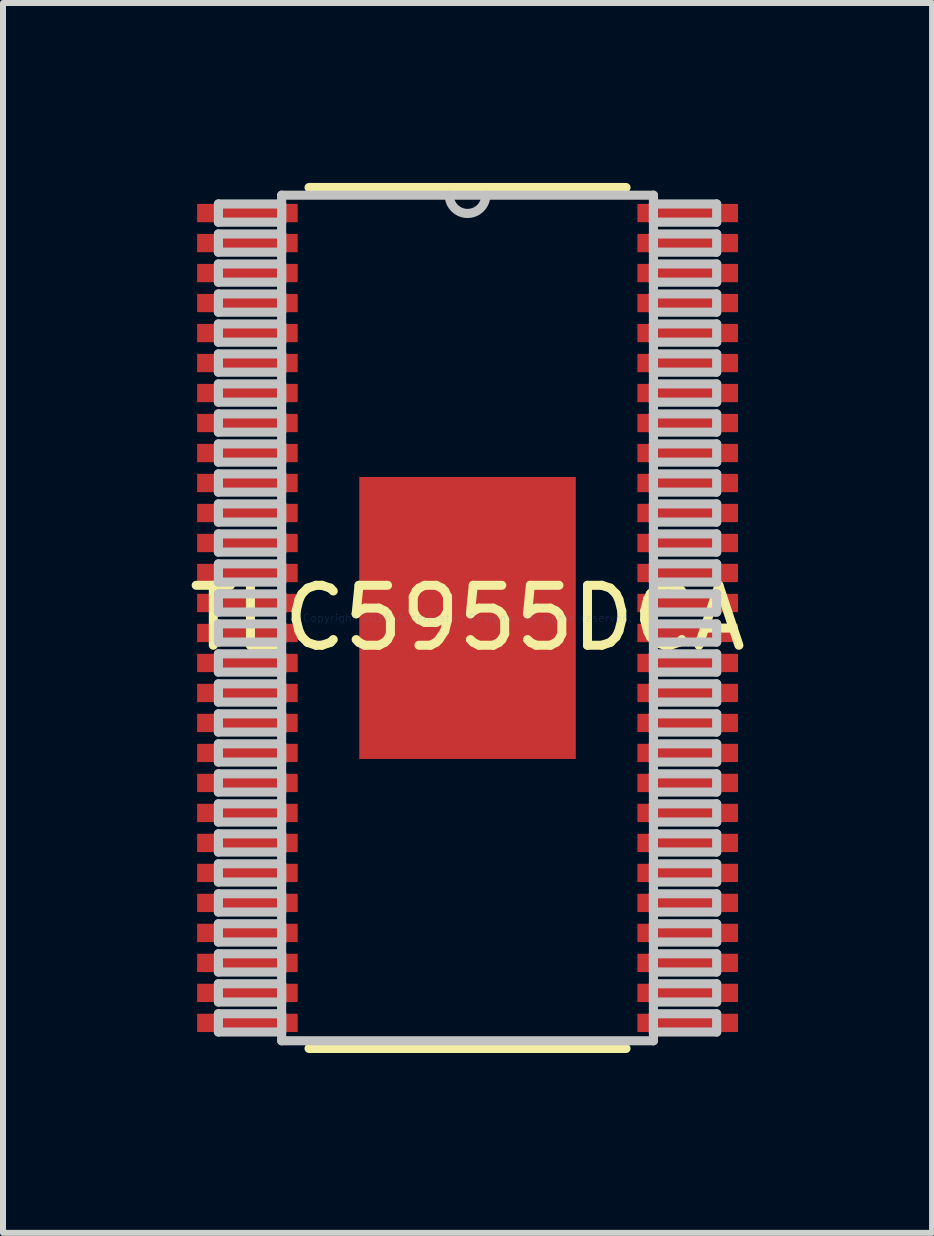
<source format=kicad_pcb>
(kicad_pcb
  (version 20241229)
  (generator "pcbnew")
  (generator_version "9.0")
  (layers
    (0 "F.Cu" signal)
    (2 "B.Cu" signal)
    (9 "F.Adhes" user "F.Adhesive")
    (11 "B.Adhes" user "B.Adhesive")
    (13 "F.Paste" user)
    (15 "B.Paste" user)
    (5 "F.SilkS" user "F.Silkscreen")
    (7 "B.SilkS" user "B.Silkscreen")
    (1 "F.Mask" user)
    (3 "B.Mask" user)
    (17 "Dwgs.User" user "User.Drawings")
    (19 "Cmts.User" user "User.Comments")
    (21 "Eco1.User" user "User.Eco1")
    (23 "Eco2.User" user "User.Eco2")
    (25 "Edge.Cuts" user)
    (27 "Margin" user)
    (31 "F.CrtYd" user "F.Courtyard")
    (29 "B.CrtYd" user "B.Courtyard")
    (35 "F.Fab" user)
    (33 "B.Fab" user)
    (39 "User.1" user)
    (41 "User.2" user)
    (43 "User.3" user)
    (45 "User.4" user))
  (footprint "TLC5955DCA"
    (layer "F.Cu")
    (at 4.744 7.252)
    (property "Reference" "TLC5955DCA" (at 0 0 0) (layer "F.SilkS") (effects (font (size 1 1) (thickness 0.15))))
    (attr through_hole)
    (fp_line (start -2.642 7.176) (end 2.642 7.176) (stroke (width 0.152) (type solid)) (layer "F.SilkS"))
    (fp_line (start 2.642 -7.176) (end -2.642 -7.176) (stroke (width 0.152) (type solid)) (layer "F.SilkS"))
    (fp_line (start -4.153 -6.902) (end -4.153 -6.598) (stroke (width 0.152) (type solid)) (layer "Dwgs.User"))
    (fp_line (start -4.153 -6.598) (end -3.099 -6.598) (stroke (width 0.152) (type solid)) (layer "Dwgs.User"))
    (fp_line (start -4.153 -6.402) (end -4.153 -6.098) (stroke (width 0.152) (type solid)) (layer "Dwgs.User"))
    (fp_line (start -4.153 -6.098) (end -3.099 -6.098) (stroke (width 0.152) (type solid)) (layer "Dwgs.User"))
    (fp_line (start -4.153 -5.902) (end -4.153 -5.598) (stroke (width 0.152) (type solid)) (layer "Dwgs.User"))
    (fp_line (start -4.153 -5.598) (end -3.099 -5.598) (stroke (width 0.152) (type solid)) (layer "Dwgs.User"))
    (fp_line (start -4.153 -5.402) (end -4.153 -5.098) (stroke (width 0.152) (type solid)) (layer "Dwgs.User"))
    (fp_line (start -4.153 -5.098) (end -3.099 -5.098) (stroke (width 0.152) (type solid)) (layer "Dwgs.User"))
    (fp_line (start -4.153 -4.902) (end -4.153 -4.598) (stroke (width 0.152) (type solid)) (layer "Dwgs.User"))
    (fp_line (start -4.153 -4.598) (end -3.099 -4.598) (stroke (width 0.152) (type solid)) (layer "Dwgs.User"))
    (fp_line (start -4.153 -4.402) (end -4.153 -4.098) (stroke (width 0.152) (type solid)) (layer "Dwgs.User"))
    (fp_line (start -4.153 -4.098) (end -3.099 -4.098) (stroke (width 0.152) (type solid)) (layer "Dwgs.User"))
    (fp_line (start -4.153 -3.902) (end -4.153 -3.598) (stroke (width 0.152) (type solid)) (layer "Dwgs.User"))
    (fp_line (start -4.153 -3.598) (end -3.099 -3.598) (stroke (width 0.152) (type solid)) (layer "Dwgs.User"))
    (fp_line (start -4.153 -3.402) (end -4.153 -3.098) (stroke (width 0.152) (type solid)) (layer "Dwgs.User"))
    (fp_line (start -4.153 -3.098) (end -3.099 -3.098) (stroke (width 0.152) (type solid)) (layer "Dwgs.User"))
    (fp_line (start -4.153 -2.902) (end -4.153 -2.598) (stroke (width 0.152) (type solid)) (layer "Dwgs.User"))
    (fp_line (start -4.153 -2.598) (end -3.099 -2.598) (stroke (width 0.152) (type solid)) (layer "Dwgs.User"))
    (fp_line (start -4.153 -2.402) (end -4.153 -2.098) (stroke (width 0.152) (type solid)) (layer "Dwgs.User"))
    (fp_line (start -4.153 -2.098) (end -3.099 -2.098) (stroke (width 0.152) (type solid)) (layer "Dwgs.User"))
    (fp_line (start -4.153 -1.902) (end -4.153 -1.598) (stroke (width 0.152) (type solid)) (layer "Dwgs.User"))
    (fp_line (start -4.153 -1.598) (end -3.099 -1.598) (stroke (width 0.152) (type solid)) (layer "Dwgs.User"))
    (fp_line (start -4.153 -1.402) (end -4.153 -1.098) (stroke (width 0.152) (type solid)) (layer "Dwgs.User"))
    (fp_line (start -4.153 -1.098) (end -3.099 -1.098) (stroke (width 0.152) (type solid)) (layer "Dwgs.User"))
    (fp_line (start -4.153 -0.902) (end -4.153 -0.598) (stroke (width 0.152) (type solid)) (layer "Dwgs.User"))
    (fp_line (start -4.153 -0.598) (end -3.099 -0.598) (stroke (width 0.152) (type solid)) (layer "Dwgs.User"))
    (fp_line (start -4.153 -0.402) (end -4.153 -0.098) (stroke (width 0.152) (type solid)) (layer "Dwgs.User"))
    (fp_line (start -4.153 -0.098) (end -3.099 -0.098) (stroke (width 0.152) (type solid)) (layer "Dwgs.User"))
    (fp_line (start -4.153 0.098) (end -4.153 0.402) (stroke (width 0.152) (type solid)) (layer "Dwgs.User"))
    (fp_line (start -4.153 0.402) (end -3.099 0.402) (stroke (width 0.152) (type solid)) (layer "Dwgs.User"))
    (fp_line (start -4.153 0.598) (end -4.153 0.902) (stroke (width 0.152) (type solid)) (layer "Dwgs.User"))
    (fp_line (start -4.153 0.902) (end -3.099 0.902) (stroke (width 0.152) (type solid)) (layer "Dwgs.User"))
    (fp_line (start -4.153 1.098) (end -4.153 1.402) (stroke (width 0.152) (type solid)) (layer "Dwgs.User"))
    (fp_line (start -4.153 1.402) (end -3.099 1.402) (stroke (width 0.152) (type solid)) (layer "Dwgs.User"))
    (fp_line (start -4.153 1.598) (end -4.153 1.902) (stroke (width 0.152) (type solid)) (layer "Dwgs.User"))
    (fp_line (start -4.153 1.902) (end -3.099 1.902) (stroke (width 0.152) (type solid)) (layer "Dwgs.User"))
    (fp_line (start -4.153 2.098) (end -4.153 2.402) (stroke (width 0.152) (type solid)) (layer "Dwgs.User"))
    (fp_line (start -4.153 2.402) (end -3.099 2.402) (stroke (width 0.152) (type solid)) (layer "Dwgs.User"))
    (fp_line (start -4.153 2.598) (end -4.153 2.902) (stroke (width 0.152) (type solid)) (layer "Dwgs.User"))
    (fp_line (start -4.153 2.902) (end -3.099 2.902) (stroke (width 0.152) (type solid)) (layer "Dwgs.User"))
    (fp_line (start -4.153 3.098) (end -4.153 3.402) (stroke (width 0.152) (type solid)) (layer "Dwgs.User"))
    (fp_line (start -4.153 3.402) (end -3.099 3.402) (stroke (width 0.152) (type solid)) (layer "Dwgs.User"))
    (fp_line (start -4.153 3.598) (end -4.153 3.902) (stroke (width 0.152) (type solid)) (layer "Dwgs.User"))
    (fp_line (start -4.153 3.902) (end -3.099 3.902) (stroke (width 0.152) (type solid)) (layer "Dwgs.User"))
    (fp_line (start -4.153 4.098) (end -4.153 4.402) (stroke (width 0.152) (type solid)) (layer "Dwgs.User"))
    (fp_line (start -4.153 4.402) (end -3.099 4.402) (stroke (width 0.152) (type solid)) (layer "Dwgs.User"))
    (fp_line (start -4.153 4.598) (end -4.153 4.902) (stroke (width 0.152) (type solid)) (layer "Dwgs.User"))
    (fp_line (start -4.153 4.902) (end -3.099 4.902) (stroke (width 0.152) (type solid)) (layer "Dwgs.User"))
    (fp_line (start -4.153 5.098) (end -4.153 5.402) (stroke (width 0.152) (type solid)) (layer "Dwgs.User"))
    (fp_line (start -4.153 5.402) (end -3.099 5.402) (stroke (width 0.152) (type solid)) (layer "Dwgs.User"))
    (fp_line (start -4.153 5.598) (end -4.153 5.902) (stroke (width 0.152) (type solid)) (layer "Dwgs.User"))
    (fp_line (start -4.153 5.902) (end -3.099 5.902) (stroke (width 0.152) (type solid)) (layer "Dwgs.User"))
    (fp_line (start -4.153 6.098) (end -4.153 6.402) (stroke (width 0.152) (type solid)) (layer "Dwgs.User"))
    (fp_line (start -4.153 6.402) (end -3.099 6.402) (stroke (width 0.152) (type solid)) (layer "Dwgs.User"))
    (fp_line (start -4.153 6.598) (end -4.153 6.902) (stroke (width 0.152) (type solid)) (layer "Dwgs.User"))
    (fp_line (start -4.153 6.902) (end -3.099 6.902) (stroke (width 0.152) (type solid)) (layer "Dwgs.User"))
    (fp_line (start -3.099 -7.048) (end -3.099 7.048) (stroke (width 0.152) (type solid)) (layer "Dwgs.User"))
    (fp_line (start -3.099 -6.902) (end -4.153 -6.902) (stroke (width 0.152) (type solid)) (layer "Dwgs.User"))
    (fp_line (start -3.099 -6.598) (end -3.099 -6.902) (stroke (width 0.152) (type solid)) (layer "Dwgs.User"))
    (fp_line (start -3.099 -6.402) (end -4.153 -6.402) (stroke (width 0.152) (type solid)) (layer "Dwgs.User"))
    (fp_line (start -3.099 -6.098) (end -3.099 -6.402) (stroke (width 0.152) (type solid)) (layer "Dwgs.User"))
    (fp_line (start -3.099 -5.902) (end -4.153 -5.902) (stroke (width 0.152) (type solid)) (layer "Dwgs.User"))
    (fp_line (start -3.099 -5.598) (end -3.099 -5.902) (stroke (width 0.152) (type solid)) (layer "Dwgs.User"))
    (fp_line (start -3.099 -5.402) (end -4.153 -5.402) (stroke (width 0.152) (type solid)) (layer "Dwgs.User"))
    (fp_line (start -3.099 -5.098) (end -3.099 -5.402) (stroke (width 0.152) (type solid)) (layer "Dwgs.User"))
    (fp_line (start -3.099 -4.902) (end -4.153 -4.902) (stroke (width 0.152) (type solid)) (layer "Dwgs.User"))
    (fp_line (start -3.099 -4.598) (end -3.099 -4.902) (stroke (width 0.152) (type solid)) (layer "Dwgs.User"))
    (fp_line (start -3.099 -4.402) (end -4.153 -4.402) (stroke (width 0.152) (type solid)) (layer "Dwgs.User"))
    (fp_line (start -3.099 -4.098) (end -3.099 -4.402) (stroke (width 0.152) (type solid)) (layer "Dwgs.User"))
    (fp_line (start -3.099 -3.902) (end -4.153 -3.902) (stroke (width 0.152) (type solid)) (layer "Dwgs.User"))
    (fp_line (start -3.099 -3.598) (end -3.099 -3.902) (stroke (width 0.152) (type solid)) (layer "Dwgs.User"))
    (fp_line (start -3.099 -3.402) (end -4.153 -3.402) (stroke (width 0.152) (type solid)) (layer "Dwgs.User"))
    (fp_line (start -3.099 -3.098) (end -3.099 -3.402) (stroke (width 0.152) (type solid)) (layer "Dwgs.User"))
    (fp_line (start -3.099 -2.902) (end -4.153 -2.902) (stroke (width 0.152) (type solid)) (layer "Dwgs.User"))
    (fp_line (start -3.099 -2.598) (end -3.099 -2.902) (stroke (width 0.152) (type solid)) (layer "Dwgs.User"))
    (fp_line (start -3.099 -2.402) (end -4.153 -2.402) (stroke (width 0.152) (type solid)) (layer "Dwgs.User"))
    (fp_line (start -3.099 -2.098) (end -3.099 -2.402) (stroke (width 0.152) (type solid)) (layer "Dwgs.User"))
    (fp_line (start -3.099 -1.902) (end -4.153 -1.902) (stroke (width 0.152) (type solid)) (layer "Dwgs.User"))
    (fp_line (start -3.099 -1.598) (end -3.099 -1.902) (stroke (width 0.152) (type solid)) (layer "Dwgs.User"))
    (fp_line (start -3.099 -1.402) (end -4.153 -1.402) (stroke (width 0.152) (type solid)) (layer "Dwgs.User"))
    (fp_line (start -3.099 -1.098) (end -3.099 -1.402) (stroke (width 0.152) (type solid)) (layer "Dwgs.User"))
    (fp_line (start -3.099 -0.902) (end -4.153 -0.902) (stroke (width 0.152) (type solid)) (layer "Dwgs.User"))
    (fp_line (start -3.099 -0.598) (end -3.099 -0.902) (stroke (width 0.152) (type solid)) (layer "Dwgs.User"))
    (fp_line (start -3.099 -0.402) (end -4.153 -0.402) (stroke (width 0.152) (type solid)) (layer "Dwgs.User"))
    (fp_line (start -3.099 -0.098) (end -3.099 -0.402) (stroke (width 0.152) (type solid)) (layer "Dwgs.User"))
    (fp_line (start -3.099 0.098) (end -4.153 0.098) (stroke (width 0.152) (type solid)) (layer "Dwgs.User"))
    (fp_line (start -3.099 0.402) (end -3.099 0.098) (stroke (width 0.152) (type solid)) (layer "Dwgs.User"))
    (fp_line (start -3.099 0.598) (end -4.153 0.598) (stroke (width 0.152) (type solid)) (layer "Dwgs.User"))
    (fp_line (start -3.099 0.902) (end -3.099 0.598) (stroke (width 0.152) (type solid)) (layer "Dwgs.User"))
    (fp_line (start -3.099 1.098) (end -4.153 1.098) (stroke (width 0.152) (type solid)) (layer "Dwgs.User"))
    (fp_line (start -3.099 1.402) (end -3.099 1.098) (stroke (width 0.152) (type solid)) (layer "Dwgs.User"))
    (fp_line (start -3.099 1.598) (end -4.153 1.598) (stroke (width 0.152) (type solid)) (layer "Dwgs.User"))
    (fp_line (start -3.099 1.902) (end -3.099 1.598) (stroke (width 0.152) (type solid)) (layer "Dwgs.User"))
    (fp_line (start -3.099 2.098) (end -4.153 2.098) (stroke (width 0.152) (type solid)) (layer "Dwgs.User"))
    (fp_line (start -3.099 2.402) (end -3.099 2.098) (stroke (width 0.152) (type solid)) (layer "Dwgs.User"))
    (fp_line (start -3.099 2.598) (end -4.153 2.598) (stroke (width 0.152) (type solid)) (layer "Dwgs.User"))
    (fp_line (start -3.099 2.902) (end -3.099 2.598) (stroke (width 0.152) (type solid)) (layer "Dwgs.User"))
    (fp_line (start -3.099 3.098) (end -4.153 3.098) (stroke (width 0.152) (type solid)) (layer "Dwgs.User"))
    (fp_line (start -3.099 3.402) (end -3.099 3.098) (stroke (width 0.152) (type solid)) (layer "Dwgs.User"))
    (fp_line (start -3.099 3.598) (end -4.153 3.598) (stroke (width 0.152) (type solid)) (layer "Dwgs.User"))
    (fp_line (start -3.099 3.902) (end -3.099 3.598) (stroke (width 0.152) (type solid)) (layer "Dwgs.User"))
    (fp_line (start -3.099 4.098) (end -4.153 4.098) (stroke (width 0.152) (type solid)) (layer "Dwgs.User"))
    (fp_line (start -3.099 4.402) (end -3.099 4.098) (stroke (width 0.152) (type solid)) (layer "Dwgs.User"))
    (fp_line (start -3.099 4.598) (end -4.153 4.598) (stroke (width 0.152) (type solid)) (layer "Dwgs.User"))
    (fp_line (start -3.099 4.902) (end -3.099 4.598) (stroke (width 0.152) (type solid)) (layer "Dwgs.User"))
    (fp_line (start -3.099 5.098) (end -4.153 5.098) (stroke (width 0.152) (type solid)) (layer "Dwgs.User"))
    (fp_line (start -3.099 5.402) (end -3.099 5.098) (stroke (width 0.152) (type solid)) (layer "Dwgs.User"))
    (fp_line (start -3.099 5.598) (end -4.153 5.598) (stroke (width 0.152) (type solid)) (layer "Dwgs.User"))
    (fp_line (start -3.099 5.902) (end -3.099 5.598) (stroke (width 0.152) (type solid)) (layer "Dwgs.User"))
    (fp_line (start -3.099 6.098) (end -4.153 6.098) (stroke (width 0.152) (type solid)) (layer "Dwgs.User"))
    (fp_line (start -3.099 6.402) (end -3.099 6.098) (stroke (width 0.152) (type solid)) (layer "Dwgs.User"))
    (fp_line (start -3.099 6.598) (end -4.153 6.598) (stroke (width 0.152) (type solid)) (layer "Dwgs.User"))
    (fp_line (start -3.099 6.902) (end -3.099 6.598) (stroke (width 0.152) (type solid)) (layer "Dwgs.User"))
    (fp_line (start -3.099 7.048) (end 3.099 7.048) (stroke (width 0.152) (type solid)) (layer "Dwgs.User"))
    (fp_line (start 3.099 -7.048) (end -3.099 -7.048) (stroke (width 0.152) (type solid)) (layer "Dwgs.User"))
    (fp_line (start 3.099 -6.902) (end 3.099 -6.598) (stroke (width 0.152) (type solid)) (layer "Dwgs.User"))
    (fp_line (start 3.099 -6.598) (end 4.153 -6.598) (stroke (width 0.152) (type solid)) (layer "Dwgs.User"))
    (fp_line (start 3.099 -6.402) (end 3.099 -6.098) (stroke (width 0.152) (type solid)) (layer "Dwgs.User"))
    (fp_line (start 3.099 -6.098) (end 4.153 -6.098) (stroke (width 0.152) (type solid)) (layer "Dwgs.User"))
    (fp_line (start 3.099 -5.902) (end 3.099 -5.598) (stroke (width 0.152) (type solid)) (layer "Dwgs.User"))
    (fp_line (start 3.099 -5.598) (end 4.153 -5.598) (stroke (width 0.152) (type solid)) (layer "Dwgs.User"))
    (fp_line (start 3.099 -5.402) (end 3.099 -5.098) (stroke (width 0.152) (type solid)) (layer "Dwgs.User"))
    (fp_line (start 3.099 -5.098) (end 4.153 -5.098) (stroke (width 0.152) (type solid)) (layer "Dwgs.User"))
    (fp_line (start 3.099 -4.902) (end 3.099 -4.598) (stroke (width 0.152) (type solid)) (layer "Dwgs.User"))
    (fp_line (start 3.099 -4.598) (end 4.153 -4.598) (stroke (width 0.152) (type solid)) (layer "Dwgs.User"))
    (fp_line (start 3.099 -4.402) (end 3.099 -4.098) (stroke (width 0.152) (type solid)) (layer "Dwgs.User"))
    (fp_line (start 3.099 -4.098) (end 4.153 -4.098) (stroke (width 0.152) (type solid)) (layer "Dwgs.User"))
    (fp_line (start 3.099 -3.902) (end 3.099 -3.598) (stroke (width 0.152) (type solid)) (layer "Dwgs.User"))
    (fp_line (start 3.099 -3.598) (end 4.153 -3.598) (stroke (width 0.152) (type solid)) (layer "Dwgs.User"))
    (fp_line (start 3.099 -3.402) (end 3.099 -3.098) (stroke (width 0.152) (type solid)) (layer "Dwgs.User"))
    (fp_line (start 3.099 -3.098) (end 4.153 -3.098) (stroke (width 0.152) (type solid)) (layer "Dwgs.User"))
    (fp_line (start 3.099 -2.902) (end 3.099 -2.598) (stroke (width 0.152) (type solid)) (layer "Dwgs.User"))
    (fp_line (start 3.099 -2.598) (end 4.153 -2.598) (stroke (width 0.152) (type solid)) (layer "Dwgs.User"))
    (fp_line (start 3.099 -2.402) (end 3.099 -2.098) (stroke (width 0.152) (type solid)) (layer "Dwgs.User"))
    (fp_line (start 3.099 -2.098) (end 4.153 -2.098) (stroke (width 0.152) (type solid)) (layer "Dwgs.User"))
    (fp_line (start 3.099 -1.902) (end 3.099 -1.598) (stroke (width 0.152) (type solid)) (layer "Dwgs.User"))
    (fp_line (start 3.099 -1.598) (end 4.153 -1.598) (stroke (width 0.152) (type solid)) (layer "Dwgs.User"))
    (fp_line (start 3.099 -1.402) (end 3.099 -1.098) (stroke (width 0.152) (type solid)) (layer "Dwgs.User"))
    (fp_line (start 3.099 -1.098) (end 4.153 -1.098) (stroke (width 0.152) (type solid)) (layer "Dwgs.User"))
    (fp_line (start 3.099 -0.902) (end 3.099 -0.598) (stroke (width 0.152) (type solid)) (layer "Dwgs.User"))
    (fp_line (start 3.099 -0.598) (end 4.153 -0.598) (stroke (width 0.152) (type solid)) (layer "Dwgs.User"))
    (fp_line (start 3.099 -0.402) (end 3.099 -0.098) (stroke (width 0.152) (type solid)) (layer "Dwgs.User"))
    (fp_line (start 3.099 -0.098) (end 4.153 -0.098) (stroke (width 0.152) (type solid)) (layer "Dwgs.User"))
    (fp_line (start 3.099 0.098) (end 3.099 0.402) (stroke (width 0.152) (type solid)) (layer "Dwgs.User"))
    (fp_line (start 3.099 0.402) (end 4.153 0.402) (stroke (width 0.152) (type solid)) (layer "Dwgs.User"))
    (fp_line (start 3.099 0.598) (end 3.099 0.902) (stroke (width 0.152) (type solid)) (layer "Dwgs.User"))
    (fp_line (start 3.099 0.902) (end 4.153 0.902) (stroke (width 0.152) (type solid)) (layer "Dwgs.User"))
    (fp_line (start 3.099 1.098) (end 3.099 1.402) (stroke (width 0.152) (type solid)) (layer "Dwgs.User"))
    (fp_line (start 3.099 1.402) (end 4.153 1.402) (stroke (width 0.152) (type solid)) (layer "Dwgs.User"))
    (fp_line (start 3.099 1.598) (end 3.099 1.902) (stroke (width 0.152) (type solid)) (layer "Dwgs.User"))
    (fp_line (start 3.099 1.902) (end 4.153 1.902) (stroke (width 0.152) (type solid)) (layer "Dwgs.User"))
    (fp_line (start 3.099 2.098) (end 3.099 2.402) (stroke (width 0.152) (type solid)) (layer "Dwgs.User"))
    (fp_line (start 3.099 2.402) (end 4.153 2.402) (stroke (width 0.152) (type solid)) (layer "Dwgs.User"))
    (fp_line (start 3.099 2.598) (end 3.099 2.902) (stroke (width 0.152) (type solid)) (layer "Dwgs.User"))
    (fp_line (start 3.099 2.902) (end 4.153 2.902) (stroke (width 0.152) (type solid)) (layer "Dwgs.User"))
    (fp_line (start 3.099 3.098) (end 3.099 3.402) (stroke (width 0.152) (type solid)) (layer "Dwgs.User"))
    (fp_line (start 3.099 3.402) (end 4.153 3.402) (stroke (width 0.152) (type solid)) (layer "Dwgs.User"))
    (fp_line (start 3.099 3.598) (end 3.099 3.902) (stroke (width 0.152) (type solid)) (layer "Dwgs.User"))
    (fp_line (start 3.099 3.902) (end 4.153 3.902) (stroke (width 0.152) (type solid)) (layer "Dwgs.User"))
    (fp_line (start 3.099 4.098) (end 3.099 4.402) (stroke (width 0.152) (type solid)) (layer "Dwgs.User"))
    (fp_line (start 3.099 4.402) (end 4.153 4.402) (stroke (width 0.152) (type solid)) (layer "Dwgs.User"))
    (fp_line (start 3.099 4.598) (end 3.099 4.902) (stroke (width 0.152) (type solid)) (layer "Dwgs.User"))
    (fp_line (start 3.099 4.902) (end 4.153 4.902) (stroke (width 0.152) (type solid)) (layer "Dwgs.User"))
    (fp_line (start 3.099 5.098) (end 3.099 5.402) (stroke (width 0.152) (type solid)) (layer "Dwgs.User"))
    (fp_line (start 3.099 5.402) (end 4.153 5.402) (stroke (width 0.152) (type solid)) (layer "Dwgs.User"))
    (fp_line (start 3.099 5.598) (end 3.099 5.902) (stroke (width 0.152) (type solid)) (layer "Dwgs.User"))
    (fp_line (start 3.099 5.902) (end 4.153 5.902) (stroke (width 0.152) (type solid)) (layer "Dwgs.User"))
    (fp_line (start 3.099 6.098) (end 3.099 6.402) (stroke (width 0.152) (type solid)) (layer "Dwgs.User"))
    (fp_line (start 3.099 6.402) (end 4.153 6.402) (stroke (width 0.152) (type solid)) (layer "Dwgs.User"))
    (fp_line (start 3.099 6.598) (end 3.099 6.902) (stroke (width 0.152) (type solid)) (layer "Dwgs.User"))
    (fp_line (start 3.099 6.902) (end 4.153 6.902) (stroke (width 0.152) (type solid)) (layer "Dwgs.User"))
    (fp_line (start 3.099 7.048) (end 3.099 -7.048) (stroke (width 0.152) (type solid)) (layer "Dwgs.User"))
    (fp_line (start 4.153 -6.902) (end 3.099 -6.902) (stroke (width 0.152) (type solid)) (layer "Dwgs.User"))
    (fp_line (start 4.153 -6.598) (end 4.153 -6.902) (stroke (width 0.152) (type solid)) (layer "Dwgs.User"))
    (fp_line (start 4.153 -6.402) (end 3.099 -6.402) (stroke (width 0.152) (type solid)) (layer "Dwgs.User"))
    (fp_line (start 4.153 -6.098) (end 4.153 -6.402) (stroke (width 0.152) (type solid)) (layer "Dwgs.User"))
    (fp_line (start 4.153 -5.902) (end 3.099 -5.902) (stroke (width 0.152) (type solid)) (layer "Dwgs.User"))
    (fp_line (start 4.153 -5.598) (end 4.153 -5.902) (stroke (width 0.152) (type solid)) (layer "Dwgs.User"))
    (fp_line (start 4.153 -5.402) (end 3.099 -5.402) (stroke (width 0.152) (type solid)) (layer "Dwgs.User"))
    (fp_line (start 4.153 -5.098) (end 4.153 -5.402) (stroke (width 0.152) (type solid)) (layer "Dwgs.User"))
    (fp_line (start 4.153 -4.902) (end 3.099 -4.902) (stroke (width 0.152) (type solid)) (layer "Dwgs.User"))
    (fp_line (start 4.153 -4.598) (end 4.153 -4.902) (stroke (width 0.152) (type solid)) (layer "Dwgs.User"))
    (fp_line (start 4.153 -4.402) (end 3.099 -4.402) (stroke (width 0.152) (type solid)) (layer "Dwgs.User"))
    (fp_line (start 4.153 -4.098) (end 4.153 -4.402) (stroke (width 0.152) (type solid)) (layer "Dwgs.User"))
    (fp_line (start 4.153 -3.902) (end 3.099 -3.902) (stroke (width 0.152) (type solid)) (layer "Dwgs.User"))
    (fp_line (start 4.153 -3.598) (end 4.153 -3.902) (stroke (width 0.152) (type solid)) (layer "Dwgs.User"))
    (fp_line (start 4.153 -3.402) (end 3.099 -3.402) (stroke (width 0.152) (type solid)) (layer "Dwgs.User"))
    (fp_line (start 4.153 -3.098) (end 4.153 -3.402) (stroke (width 0.152) (type solid)) (layer "Dwgs.User"))
    (fp_line (start 4.153 -2.902) (end 3.099 -2.902) (stroke (width 0.152) (type solid)) (layer "Dwgs.User"))
    (fp_line (start 4.153 -2.598) (end 4.153 -2.902) (stroke (width 0.152) (type solid)) (layer "Dwgs.User"))
    (fp_line (start 4.153 -2.402) (end 3.099 -2.402) (stroke (width 0.152) (type solid)) (layer "Dwgs.User"))
    (fp_line (start 4.153 -2.098) (end 4.153 -2.402) (stroke (width 0.152) (type solid)) (layer "Dwgs.User"))
    (fp_line (start 4.153 -1.902) (end 3.099 -1.902) (stroke (width 0.152) (type solid)) (layer "Dwgs.User"))
    (fp_line (start 4.153 -1.598) (end 4.153 -1.902) (stroke (width 0.152) (type solid)) (layer "Dwgs.User"))
    (fp_line (start 4.153 -1.402) (end 3.099 -1.402) (stroke (width 0.152) (type solid)) (layer "Dwgs.User"))
    (fp_line (start 4.153 -1.098) (end 4.153 -1.402) (stroke (width 0.152) (type solid)) (layer "Dwgs.User"))
    (fp_line (start 4.153 -0.902) (end 3.099 -0.902) (stroke (width 0.152) (type solid)) (layer "Dwgs.User"))
    (fp_line (start 4.153 -0.598) (end 4.153 -0.902) (stroke (width 0.152) (type solid)) (layer "Dwgs.User"))
    (fp_line (start 4.153 -0.402) (end 3.099 -0.402) (stroke (width 0.152) (type solid)) (layer "Dwgs.User"))
    (fp_line (start 4.153 -0.098) (end 4.153 -0.402) (stroke (width 0.152) (type solid)) (layer "Dwgs.User"))
    (fp_line (start 4.153 0.098) (end 3.099 0.098) (stroke (width 0.152) (type solid)) (layer "Dwgs.User"))
    (fp_line (start 4.153 0.402) (end 4.153 0.098) (stroke (width 0.152) (type solid)) (layer "Dwgs.User"))
    (fp_line (start 4.153 0.598) (end 3.099 0.598) (stroke (width 0.152) (type solid)) (layer "Dwgs.User"))
    (fp_line (start 4.153 0.902) (end 4.153 0.598) (stroke (width 0.152) (type solid)) (layer "Dwgs.User"))
    (fp_line (start 4.153 1.098) (end 3.099 1.098) (stroke (width 0.152) (type solid)) (layer "Dwgs.User"))
    (fp_line (start 4.153 1.402) (end 4.153 1.098) (stroke (width 0.152) (type solid)) (layer "Dwgs.User"))
    (fp_line (start 4.153 1.598) (end 3.099 1.598) (stroke (width 0.152) (type solid)) (layer "Dwgs.User"))
    (fp_line (start 4.153 1.902) (end 4.153 1.598) (stroke (width 0.152) (type solid)) (layer "Dwgs.User"))
    (fp_line (start 4.153 2.098) (end 3.099 2.098) (stroke (width 0.152) (type solid)) (layer "Dwgs.User"))
    (fp_line (start 4.153 2.402) (end 4.153 2.098) (stroke (width 0.152) (type solid)) (layer "Dwgs.User"))
    (fp_line (start 4.153 2.598) (end 3.099 2.598) (stroke (width 0.152) (type solid)) (layer "Dwgs.User"))
    (fp_line (start 4.153 2.902) (end 4.153 2.598) (stroke (width 0.152) (type solid)) (layer "Dwgs.User"))
    (fp_line (start 4.153 3.098) (end 3.099 3.098) (stroke (width 0.152) (type solid)) (layer "Dwgs.User"))
    (fp_line (start 4.153 3.402) (end 4.153 3.098) (stroke (width 0.152) (type solid)) (layer "Dwgs.User"))
    (fp_line (start 4.153 3.598) (end 3.099 3.598) (stroke (width 0.152) (type solid)) (layer "Dwgs.User"))
    (fp_line (start 4.153 3.902) (end 4.153 3.598) (stroke (width 0.152) (type solid)) (layer "Dwgs.User"))
    (fp_line (start 4.153 4.098) (end 3.099 4.098) (stroke (width 0.152) (type solid)) (layer "Dwgs.User"))
    (fp_line (start 4.153 4.402) (end 4.153 4.098) (stroke (width 0.152) (type solid)) (layer "Dwgs.User"))
    (fp_line (start 4.153 4.598) (end 3.099 4.598) (stroke (width 0.152) (type solid)) (layer "Dwgs.User"))
    (fp_line (start 4.153 4.902) (end 4.153 4.598) (stroke (width 0.152) (type solid)) (layer "Dwgs.User"))
    (fp_line (start 4.153 5.098) (end 3.099 5.098) (stroke (width 0.152) (type solid)) (layer "Dwgs.User"))
    (fp_line (start 4.153 5.402) (end 4.153 5.098) (stroke (width 0.152) (type solid)) (layer "Dwgs.User"))
    (fp_line (start 4.153 5.598) (end 3.099 5.598) (stroke (width 0.152) (type solid)) (layer "Dwgs.User"))
    (fp_line (start 4.153 5.902) (end 4.153 5.598) (stroke (width 0.152) (type solid)) (layer "Dwgs.User"))
    (fp_line (start 4.153 6.098) (end 3.099 6.098) (stroke (width 0.152) (type solid)) (layer "Dwgs.User"))
    (fp_line (start 4.153 6.402) (end 4.153 6.098) (stroke (width 0.152) (type solid)) (layer "Dwgs.User"))
    (fp_line (start 4.153 6.598) (end 3.099 6.598) (stroke (width 0.152) (type solid)) (layer "Dwgs.User"))
    (fp_line (start 4.153 6.902) (end 4.153 6.598) (stroke (width 0.152) (type solid)) (layer "Dwgs.User"))
    (fp_arc (start 0.3048 -7.0485) (mid 0 -6.7437) (end -0.3048 -7.0485) (stroke (width 0.1524) (type solid)) (layer "Dwgs.User"))
    (fp_text user "Copyright 2016 Accelerated Designs. All rights reserved." (at 0 0 0) (layer "Cmts.User") (effects (font (size 0.127 0.127) (thickness 0.002))))
    (pad "1" smd rect (at -3.67 -6.75) (size 1.676 0.305) (layers "F.Cu"))
    (pad "2" smd rect (at -3.67 -6.25) (size 1.676 0.305) (layers "F.Cu"))
    (pad "3" smd rect (at -3.67 -5.75) (size 1.676 0.305) (layers "F.Cu"))
    (pad "4" smd rect (at -3.67 -5.25) (size 1.676 0.305) (layers "F.Cu"))
    (pad "5" smd rect (at -3.67 -4.75) (size 1.676 0.305) (layers "F.Cu"))
    (pad "6" smd rect (at -3.67 -4.25) (size 1.676 0.305) (layers "F.Cu"))
    (pad "7" smd rect (at -3.67 -3.75) (size 1.676 0.305) (layers "F.Cu"))
    (pad "8" smd rect (at -3.67 -3.25) (size 1.676 0.305) (layers "F.Cu"))
    (pad "9" smd rect (at -3.67 -2.75) (size 1.676 0.305) (layers "F.Cu"))
    (pad "10" smd rect (at -3.67 -2.25) (size 1.676 0.305) (layers "F.Cu"))
    (pad "11" smd rect (at -3.67 -1.75) (size 1.676 0.305) (layers "F.Cu"))
    (pad "12" smd rect (at -3.67 -1.25) (size 1.676 0.305) (layers "F.Cu"))
    (pad "13" smd rect (at -3.67 -0.75) (size 1.676 0.305) (layers "F.Cu"))
    (pad "14" smd rect (at -3.67 -0.25) (size 1.676 0.305) (layers "F.Cu"))
    (pad "15" smd rect (at -3.67 0.25) (size 1.676 0.305) (layers "F.Cu"))
    (pad "16" smd rect (at -3.67 0.75) (size 1.676 0.305) (layers "F.Cu"))
    (pad "17" smd rect (at -3.67 1.25) (size 1.676 0.305) (layers "F.Cu"))
    (pad "18" smd rect (at -3.67 1.75) (size 1.676 0.305) (layers "F.Cu"))
    (pad "19" smd rect (at -3.67 2.25) (size 1.676 0.305) (layers "F.Cu"))
    (pad "20" smd rect (at -3.67 2.75) (size 1.676 0.305) (layers "F.Cu"))
    (pad "21" smd rect (at -3.67 3.25) (size 1.676 0.305) (layers "F.Cu"))
    (pad "22" smd rect (at -3.67 3.75) (size 1.676 0.305) (layers "F.Cu"))
    (pad "23" smd rect (at -3.67 4.25) (size 1.676 0.305) (layers "F.Cu"))
    (pad "24" smd rect (at -3.67 4.75) (size 1.676 0.305) (layers "F.Cu"))
    (pad "25" smd rect (at -3.67 5.25) (size 1.676 0.305) (layers "F.Cu"))
    (pad "26" smd rect (at -3.67 5.75) (size 1.676 0.305) (layers "F.Cu"))
    (pad "27" smd rect (at -3.67 6.25) (size 1.676 0.305) (layers "F.Cu"))
    (pad "28" smd rect (at -3.67 6.75) (size 1.676 0.305) (layers "F.Cu"))
    (pad "29" smd rect (at 3.67 6.75) (size 1.676 0.305) (layers "F.Cu"))
    (pad "30" smd rect (at 3.67 6.25) (size 1.676 0.305) (layers "F.Cu"))
    (pad "31" smd rect (at 3.67 5.75) (size 1.676 0.305) (layers "F.Cu"))
    (pad "32" smd rect (at 3.67 5.25) (size 1.676 0.305) (layers "F.Cu"))
    (pad "33" smd rect (at 3.67 4.75) (size 1.676 0.305) (layers "F.Cu"))
    (pad "34" smd rect (at 3.67 4.25) (size 1.676 0.305) (layers "F.Cu"))
    (pad "35" smd rect (at 3.67 3.75) (size 1.676 0.305) (layers "F.Cu"))
    (pad "36" smd rect (at 3.67 3.25) (size 1.676 0.305) (layers "F.Cu"))
    (pad "37" smd rect (at 3.67 2.75) (size 1.676 0.305) (layers "F.Cu"))
    (pad "38" smd rect (at 3.67 2.25) (size 1.676 0.305) (layers "F.Cu"))
    (pad "39" smd rect (at 3.67 1.75) (size 1.676 0.305) (layers "F.Cu"))
    (pad "40" smd rect (at 3.67 1.25) (size 1.676 0.305) (layers "F.Cu"))
    (pad "41" smd rect (at 3.67 0.75) (size 1.676 0.305) (layers "F.Cu"))
    (pad "42" smd rect (at 3.67 0.25) (size 1.676 0.305) (layers "F.Cu"))
    (pad "43" smd rect (at 3.67 -0.25) (size 1.676 0.305) (layers "F.Cu"))
    (pad "44" smd rect (at 3.67 -0.75) (size 1.676 0.305) (layers "F.Cu"))
    (pad "45" smd rect (at 3.67 -1.25) (size 1.676 0.305) (layers "F.Cu"))
    (pad "46" smd rect (at 3.67 -1.75) (size 1.676 0.305) (layers "F.Cu"))
    (pad "47" smd rect (at 3.67 -2.25) (size 1.676 0.305) (layers "F.Cu"))
    (pad "48" smd rect (at 3.67 -2.75) (size 1.676 0.305) (layers "F.Cu"))
    (pad "49" smd rect (at 3.67 -3.25) (size 1.676 0.305) (layers "F.Cu"))
    (pad "50" smd rect (at 3.67 -3.75) (size 1.676 0.305) (layers "F.Cu"))
    (pad "51" smd rect (at 3.67 -4.25) (size 1.676 0.305) (layers "F.Cu"))
    (pad "52" smd rect (at 3.67 -4.75) (size 1.676 0.305) (layers "F.Cu"))
    (pad "53" smd rect (at 3.67 -5.25) (size 1.676 0.305) (layers "F.Cu"))
    (pad "54" smd rect (at 3.67 -5.75) (size 1.676 0.305) (layers "F.Cu"))
    (pad "55" smd rect (at 3.67 -6.25) (size 1.676 0.305) (layers "F.Cu"))
    (pad "56" smd rect (at 3.67 -6.75) (size 1.676 0.305) (layers "F.Cu"))
    (pad "57" smd rect (at 0 0) (size 3.61 4.7) (layers "F.Cu")))
  (gr_rect
    (start -3 -3)
    (end 12.488 17.503)
    (stroke (width 0.1) (type default))
    (fill no)
    (layer "Edge.Cuts")))
</source>
